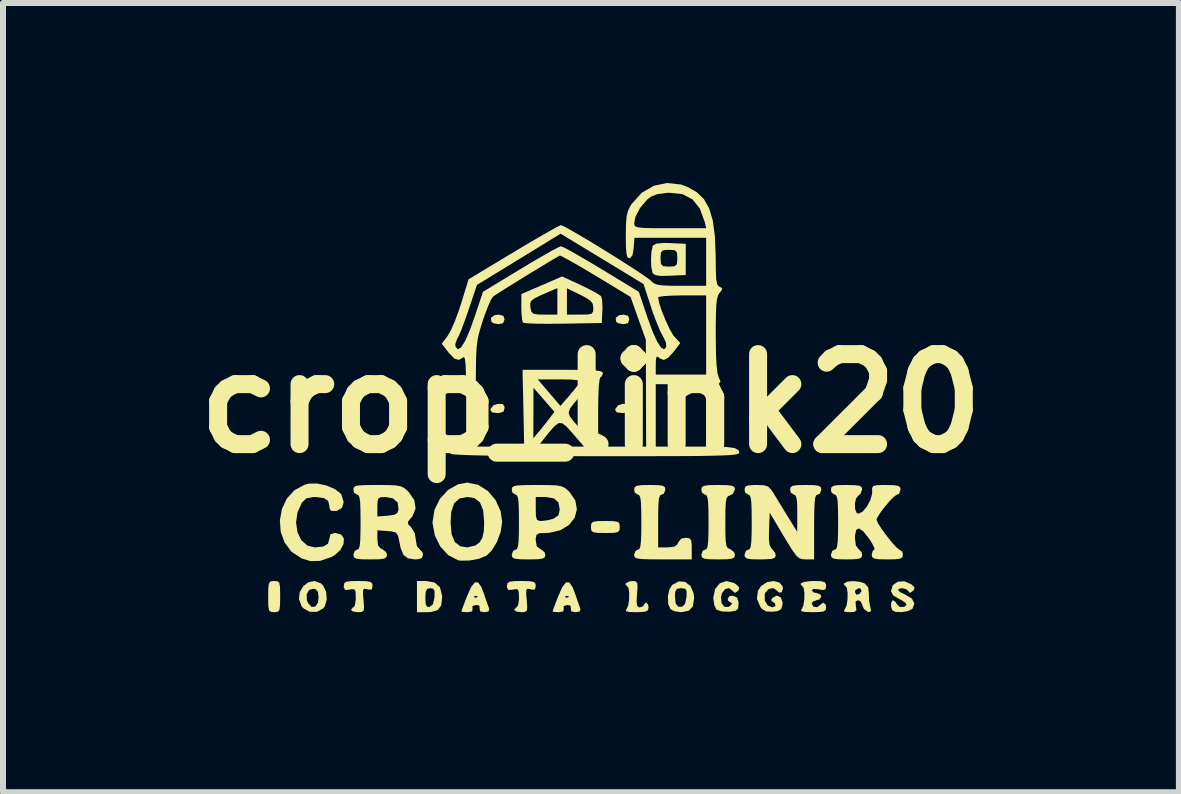
<source format=kicad_pcb>
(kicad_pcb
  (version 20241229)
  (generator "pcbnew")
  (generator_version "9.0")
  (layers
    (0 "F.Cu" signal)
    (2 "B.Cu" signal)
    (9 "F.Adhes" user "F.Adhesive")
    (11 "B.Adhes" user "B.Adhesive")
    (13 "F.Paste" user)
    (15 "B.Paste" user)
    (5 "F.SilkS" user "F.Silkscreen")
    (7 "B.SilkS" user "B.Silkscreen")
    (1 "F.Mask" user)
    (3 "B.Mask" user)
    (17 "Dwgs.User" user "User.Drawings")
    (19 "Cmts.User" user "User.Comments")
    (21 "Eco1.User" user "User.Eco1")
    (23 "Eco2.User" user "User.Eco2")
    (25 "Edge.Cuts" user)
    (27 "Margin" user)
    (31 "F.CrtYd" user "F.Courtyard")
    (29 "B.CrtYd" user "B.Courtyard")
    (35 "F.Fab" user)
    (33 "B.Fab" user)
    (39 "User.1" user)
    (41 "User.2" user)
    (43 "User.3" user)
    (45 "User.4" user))
  (footprint "crop_link20"
    (layer "F.Cu")
    (at 6.8 3.674)
    (property "Reference" "crop_link20" (at 0 0 0) (layer "F.SilkS") (effects (font (size 1.5 1.5) (thickness 0.3))))
    (attr board_only exclude_from_pos_files exclude_from_bom)
    (fp_poly (pts (xy -1.46 -1.46) (xy -1.44 -1.4) (xy -1.464 -1.337) (xy -1.538 -1.32) (xy -1.622 -1.335) (xy -1.66 -1.36) (xy -1.667 -1.426) (xy -1.609 -1.47) (xy -1.538 -1.48)) (stroke (width 0) (type solid)) (fill yes) (layer "F.SilkS"))
    (fp_poly (pts (xy 0.62 -1.46) (xy 0.64 -1.4) (xy 0.616 -1.337) (xy 0.542 -1.32) (xy 0.458 -1.335) (xy 0.42 -1.36) (xy 0.413 -1.426) (xy 0.471 -1.47) (xy 0.542 -1.48)) (stroke (width 0) (type solid)) (fill yes) (layer "F.SilkS"))
    (fp_poly (pts (xy -1.469 0.01) (xy -1.441 0.054) (xy -1.44 0.077) (xy -1.457 0.137) (xy -1.523 0.159) (xy -1.563 0.16) (xy -1.649 0.15) (xy -1.675 0.111) (xy -1.673 0.09) (xy -1.624 0.03) (xy -1.55 0.007)) (stroke (width 0) (type solid)) (fill yes) (layer "F.SilkS"))
    (fp_poly (pts (xy 0.611 0.01) (xy 0.639 0.054) (xy 0.64 0.077) (xy 0.623 0.137) (xy 0.557 0.159) (xy 0.517 0.16) (xy 0.431 0.15) (xy 0.405 0.111) (xy 0.407 0.09) (xy 0.456 0.03) (xy 0.53 0.007)) (stroke (width 0) (type solid)) (fill yes) (layer "F.SilkS"))
    (fp_poly (pts (xy -5.226 2.965) (xy -5.196 2.99) (xy -5.183 3.055) (xy -5.18 3.178) (xy -5.18 3.22) (xy -5.182 3.36) (xy -5.192 3.438) (xy -5.217 3.472) (xy -5.264 3.48) (xy -5.28 3.48) (xy -5.334 3.475) (xy -5.364 3.45) (xy -5.377 3.385) (xy -5.38 3.262) (xy -5.38 3.22) (xy -5.378 3.08) (xy -5.368 3.002) (xy -5.343 2.968) (xy -5.296 2.96) (xy -5.28 2.96)) (stroke (width 0) (type solid)) (fill yes) (layer "F.SilkS"))
    (fp_poly (pts (xy 0.373 1.962) (xy 0.445 1.974) (xy 0.474 2.003) (xy 0.48 2.056) (xy 0.48 2.06) (xy 0.475 2.115) (xy 0.447 2.145) (xy 0.378 2.158) (xy 0.248 2.16) (xy 0.24 2.16) (xy 0.107 2.158) (xy 0.035 2.146) (xy 0.006 2.117) (xy 0.000005 2.064) (xy 0 2.06) (xy 0.005 2.005) (xy 0.033 1.975) (xy 0.102 1.962) (xy 0.232 1.96) (xy 0.24 1.96)) (stroke (width 0) (type solid)) (fill yes) (layer "F.SilkS"))
    (fp_poly (pts (xy -2.605 2.986) (xy -2.516 3.067) (xy -2.481 3.206) (xy -2.48 3.235) (xy -2.497 3.37) (xy -2.557 3.447) (xy -2.674 3.478) (xy -2.738 3.48) (xy -2.9 3.48) (xy -2.9 3.243) (xy -2.76 3.243) (xy -2.754 3.347) (xy -2.73 3.391) (xy -2.69 3.393) (xy -2.635 3.35) (xy -2.609 3.242) (xy -2.608 3.23) (xy -2.606 3.131) (xy -2.629 3.088) (xy -2.678 3.08) (xy -2.731 3.092) (xy -2.755 3.144) (xy -2.76 3.243) (xy -2.9 3.243) (xy -2.9 3.22) (xy -2.9 2.96) (xy -2.753 2.96)) (stroke (width 0) (type solid)) (fill yes) (layer "F.SilkS"))
    (fp_poly (pts (xy -4.505 2.998) (xy -4.466 3.033) (xy -4.413 3.14) (xy -4.404 3.27) (xy -4.438 3.385) (xy -4.463 3.417) (xy -4.57 3.475) (xy -4.693 3.472) (xy -4.799 3.411) (xy -4.823 3.38) (xy -4.867 3.261) (xy -4.858 3.182) (xy -4.738 3.182) (xy -4.735 3.281) (xy -4.715 3.329) (xy -4.655 3.393) (xy -4.595 3.387) (xy -4.551 3.321) (xy -4.54 3.239) (xy -4.55 3.141) (xy -4.59 3.097) (xy -4.625 3.088) (xy -4.698 3.109) (xy -4.738 3.182) (xy -4.858 3.182) (xy -4.853 3.145) (xy -4.796 3.048) (xy -4.71 2.981) (xy -4.608 2.96)) (stroke (width 0) (type solid)) (fill yes) (layer "F.SilkS"))
    (fp_poly (pts (xy 1.572 2.976) (xy 1.66 3.045) (xy 1.712 3.166) (xy 1.72 3.245) (xy 1.699 3.381) (xy 1.631 3.456) (xy 1.507 3.48) (xy 1.5 3.48) (xy 1.396 3.465) (xy 1.328 3.432) (xy 1.288 3.345) (xy 1.282 3.223) (xy 1.283 3.213) (xy 1.4 3.213) (xy 1.412 3.333) (xy 1.452 3.388) (xy 1.518 3.391) (xy 1.568 3.342) (xy 1.592 3.23) (xy 1.595 3.132) (xy 1.572 3.089) (xy 1.509 3.08) (xy 1.502 3.08) (xy 1.432 3.091) (xy 1.404 3.139) (xy 1.4 3.213) (xy 1.283 3.213) (xy 1.306 3.102) (xy 1.353 3.026) (xy 1.465 2.966)) (stroke (width 0) (type solid)) (fill yes) (layer "F.SilkS"))
    (fp_poly (pts (xy 0.747 2.966) (xy 0.772 2.996) (xy 0.776 3.07) (xy 0.768 3.18) (xy 0.761 3.308) (xy 0.771 3.375) (xy 0.8 3.399) (xy 0.815 3.4) (xy 0.871 3.38) (xy 0.88 3.36) (xy 0.91 3.321) (xy 0.92 3.32) (xy 0.952 3.354) (xy 0.96 3.4) (xy 0.95 3.447) (xy 0.907 3.471) (xy 0.811 3.479) (xy 0.752 3.48) (xy 0.633 3.476) (xy 0.582 3.462) (xy 0.589 3.435) (xy 0.592 3.432) (xy 0.621 3.369) (xy 0.636 3.27) (xy 0.638 3.163) (xy 0.626 3.077) (xy 0.599 3.04) (xy 0.598 3.04) (xy 0.574 3.015) (xy 0.58 3) (xy 0.636 2.968) (xy 0.696 2.96)) (stroke (width 0) (type solid)) (fill yes) (layer "F.SilkS"))
    (fp_poly (pts (xy -3.746 2.963) (xy -3.674 2.975) (xy -3.645 3.004) (xy -3.64 3.043) (xy -3.655 3.102) (xy -3.713 3.102) (xy -3.726 3.098) (xy -3.775 3.088) (xy -3.798 3.109) (xy -3.799 3.18) (xy -3.791 3.276) (xy -3.782 3.395) (xy -3.79 3.456) (xy -3.825 3.477) (xy -3.886 3.48) (xy -3.968 3.468) (xy -4 3.44) (xy -3.97 3.401) (xy -3.96 3.4) (xy -3.935 3.365) (xy -3.921 3.276) (xy -3.92 3.239) (xy -3.924 3.138) (xy -3.945 3.097) (xy -3.997 3.098) (xy -4.02 3.104) (xy -4.094 3.111) (xy -4.119 3.071) (xy -4.12 3.044) (xy -4.112 2.997) (xy -4.077 2.972) (xy -3.995 2.962) (xy -3.88 2.96)) (stroke (width 0) (type solid)) (fill yes) (layer "F.SilkS"))
    (fp_poly (pts (xy -1.026 2.963) (xy -0.954 2.975) (xy -0.925 3.004) (xy -0.92 3.043) (xy -0.935 3.102) (xy -0.993 3.102) (xy -1.006 3.098) (xy -1.055 3.088) (xy -1.078 3.109) (xy -1.079 3.18) (xy -1.071 3.276) (xy -1.062 3.395) (xy -1.07 3.456) (xy -1.105 3.477) (xy -1.166 3.48) (xy -1.248 3.468) (xy -1.28 3.44) (xy -1.25 3.401) (xy -1.24 3.4) (xy -1.215 3.365) (xy -1.201 3.276) (xy -1.2 3.239) (xy -1.204 3.138) (xy -1.225 3.097) (xy -1.277 3.098) (xy -1.3 3.104) (xy -1.374 3.111) (xy -1.399 3.071) (xy -1.4 3.044) (xy -1.392 2.997) (xy -1.357 2.972) (xy -1.275 2.962) (xy -1.16 2.96)) (stroke (width 0) (type solid)) (fill yes) (layer "F.SilkS"))
    (fp_poly (pts (xy 3.139 2.985) (xy 3.194 3.048) (xy 3.2 3.084) (xy 3.178 3.15) (xy 3.13 3.152) (xy 3.1 3.12) (xy 3.038 3.078) (xy 2.962 3.094) (xy 2.905 3.157) (xy 2.896 3.181) (xy 2.898 3.288) (xy 2.949 3.37) (xy 3.025 3.4) (xy 3.075 3.377) (xy 3.067 3.332) (xy 3.03 3.308) (xy 3.001 3.28) (xy 3.027 3.24) (xy 3.099 3.203) (xy 3.162 3.232) (xy 3.193 3.31) (xy 3.193 3.35) (xy 3.173 3.425) (xy 3.119 3.46) (xy 3.034 3.472) (xy 2.92 3.468) (xy 2.847 3.423) (xy 2.824 3.393) (xy 2.766 3.255) (xy 2.783 3.122) (xy 2.84 3.04) (xy 2.938 2.978) (xy 3.046 2.961)) (stroke (width 0) (type solid)) (fill yes) (layer "F.SilkS"))
    (fp_poly (pts (xy -1.827 3.06) (xy -1.785 3.169) (xy -1.742 3.295) (xy -1.707 3.394) (xy -1.694 3.43) (xy -1.709 3.469) (xy -1.775 3.48) (xy -1.848 3.467) (xy -1.855 3.422) (xy -1.854 3.42) (xy -1.861 3.371) (xy -1.914 3.36) (xy -1.975 3.378) (xy -1.974 3.42) (xy -1.979 3.466) (xy -2.049 3.48) (xy -2.056 3.48) (xy -2.133 3.476) (xy -2.16 3.469) (xy -2.147 3.428) (xy -2.112 3.335) (xy -2.068 3.219) (xy -2.065 3.213) (xy -1.947 3.213) (xy -1.941 3.237) (xy -1.92 3.24) (xy -1.887 3.225) (xy -1.893 3.213) (xy -1.941 3.209) (xy -1.947 3.213) (xy -2.065 3.213) (xy -1.998 3.062) (xy -1.937 2.984) (xy -1.881 2.984)) (stroke (width 0) (type solid)) (fill yes) (layer "F.SilkS"))
    (fp_poly (pts (xy -0.307 3.06) (xy -0.265 3.169) (xy -0.222 3.295) (xy -0.187 3.394) (xy -0.174 3.43) (xy -0.189 3.469) (xy -0.255 3.48) (xy -0.328 3.467) (xy -0.335 3.422) (xy -0.334 3.42) (xy -0.341 3.371) (xy -0.394 3.36) (xy -0.455 3.378) (xy -0.454 3.42) (xy -0.459 3.466) (xy -0.529 3.48) (xy -0.536 3.48) (xy -0.613 3.476) (xy -0.64 3.469) (xy -0.627 3.428) (xy -0.592 3.335) (xy -0.548 3.219) (xy -0.545 3.213) (xy -0.427 3.213) (xy -0.421 3.237) (xy -0.4 3.24) (xy -0.367 3.225) (xy -0.373 3.213) (xy -0.421 3.209) (xy -0.427 3.213) (xy -0.545 3.213) (xy -0.478 3.062) (xy -0.417 2.984) (xy -0.361 2.984)) (stroke (width 0) (type solid)) (fill yes) (layer "F.SilkS"))
    (fp_poly (pts (xy 1.324 -2.672) (xy 1.58 -2.66) (xy 1.58 -2.4) (xy 1.58 -2.14) (xy 1.315 -2.128) (xy 1.166 -2.125) (xy 1.079 -2.136) (xy 1.036 -2.162) (xy 1.025 -2.182) (xy 1.006 -2.276) (xy 1.001 -2.404) (xy 1.002 -2.42) (xy 1.16 -2.42) (xy 1.166 -2.326) (xy 1.201 -2.288) (xy 1.289 -2.28) (xy 1.3 -2.28) (xy 1.394 -2.286) (xy 1.432 -2.321) (xy 1.44 -2.409) (xy 1.44 -2.42) (xy 1.434 -2.514) (xy 1.399 -2.552) (xy 1.311 -2.56) (xy 1.3 -2.56) (xy 1.206 -2.554) (xy 1.168 -2.519) (xy 1.16 -2.431) (xy 1.16 -2.42) (xy 1.002 -2.42) (xy 1.009 -2.531) (xy 1.029 -2.621) (xy 1.034 -2.632) (xy 1.09 -2.663) (xy 1.211 -2.675)) (stroke (width 0) (type solid)) (fill yes) (layer "F.SilkS"))
    (fp_poly (pts (xy 2.38 2.991) (xy 2.422 3.017) (xy 2.474 3.069) (xy 2.459 3.116) (xy 2.448 3.127) (xy 2.4 3.159) (xy 2.364 3.126) (xy 2.302 3.079) (xy 2.235 3.096) (xy 2.183 3.166) (xy 2.167 3.231) (xy 2.179 3.334) (xy 2.228 3.392) (xy 2.296 3.391) (xy 2.331 3.365) (xy 2.355 3.327) (xy 2.328 3.32) (xy 2.286 3.288) (xy 2.28 3.257) (xy 2.31 3.21) (xy 2.37 3.207) (xy 2.436 3.236) (xy 2.459 3.31) (xy 2.46 3.34) (xy 2.453 3.418) (xy 2.416 3.455) (xy 2.327 3.47) (xy 2.3 3.472) (xy 2.183 3.468) (xy 2.099 3.441) (xy 2.09 3.434) (xy 2.056 3.362) (xy 2.04 3.254) (xy 2.04 3.238) (xy 2.069 3.095) (xy 2.147 2.999) (xy 2.256 2.961)) (stroke (width 0) (type solid)) (fill yes) (layer "F.SilkS"))
    (fp_poly (pts (xy 5.34 3.016) (xy 5.342 3.017) (xy 5.394 3.068) (xy 5.38 3.112) (xy 5.365 3.127) (xy 5.316 3.159) (xy 5.292 3.13) (xy 5.25 3.094) (xy 5.183 3.08) (xy 5.129 3.092) (xy 5.12 3.111) (xy 5.153 3.145) (xy 5.234 3.185) (xy 5.24 3.188) (xy 5.349 3.253) (xy 5.391 3.335) (xy 5.36 3.421) (xy 5.29 3.459) (xy 5.185 3.479) (xy 5.083 3.476) (xy 5.027 3.453) (xy 5.003 3.396) (xy 5.004 3.325) (xy 5.028 3.282) (xy 5.036 3.28) (xy 5.079 3.312) (xy 5.094 3.34) (xy 5.147 3.392) (xy 5.22 3.393) (xy 5.259 3.361) (xy 5.242 3.323) (xy 5.17 3.276) (xy 5.142 3.263) (xy 5.036 3.199) (xy 5 3.13) (xy 5.032 3.029) (xy 5.114 2.972) (xy 5.224 2.965)) (stroke (width 0) (type solid)) (fill yes) (layer "F.SilkS"))
    (fp_poly (pts (xy 3.841 2.964) (xy 3.9 2.982) (xy 3.919 3.022) (xy 3.92 3.043) (xy 3.909 3.099) (xy 3.86 3.111) (xy 3.8 3.1) (xy 3.709 3.092) (xy 3.68 3.117) (xy 3.713 3.152) (xy 3.76 3.16) (xy 3.825 3.185) (xy 3.84 3.22) (xy 3.807 3.269) (xy 3.76 3.28) (xy 3.695 3.305) (xy 3.68 3.34) (xy 3.709 3.389) (xy 3.77 3.397) (xy 3.82 3.36) (xy 3.871 3.321) (xy 3.911 3.35) (xy 3.92 3.4) (xy 3.911 3.446) (xy 3.871 3.47) (xy 3.781 3.479) (xy 3.692 3.48) (xy 3.565 3.476) (xy 3.506 3.464) (xy 3.506 3.439) (xy 3.512 3.432) (xy 3.541 3.369) (xy 3.556 3.27) (xy 3.558 3.163) (xy 3.546 3.077) (xy 3.519 3.04) (xy 3.518 3.04) (xy 3.494 3.015) (xy 3.5 3) (xy 3.551 2.977) (xy 3.654 2.962) (xy 3.722 2.96)) (stroke (width 0) (type solid)) (fill yes) (layer "F.SilkS"))
    (fp_poly (pts (xy 4.492 2.976) (xy 4.562 3.001) (xy 4.621 3.066) (xy 4.632 3.171) (xy 4.636 3.295) (xy 4.656 3.394) (xy 4.67 3.461) (xy 4.637 3.477) (xy 4.614 3.473) (xy 4.55 3.427) (xy 4.527 3.37) (xy 4.494 3.299) (xy 4.453 3.28) (xy 4.411 3.301) (xy 4.415 3.375) (xy 4.416 3.38) (xy 4.425 3.449) (xy 4.391 3.476) (xy 4.313 3.48) (xy 4.23 3.474) (xy 4.217 3.451) (xy 4.232 3.432) (xy 4.261 3.369) (xy 4.276 3.27) (xy 4.278 3.163) (xy 4.275 3.143) (xy 4.4 3.143) (xy 4.423 3.187) (xy 4.471 3.18) (xy 4.511 3.127) (xy 4.493 3.087) (xy 4.463 3.08) (xy 4.408 3.112) (xy 4.4 3.143) (xy 4.275 3.143) (xy 4.266 3.077) (xy 4.239 3.04) (xy 4.238 3.04) (xy 4.214 3.015) (xy 4.22 3) (xy 4.279 2.969) (xy 4.381 2.962)) (stroke (width 0) (type solid)) (fill yes) (layer "F.SilkS"))
    (fp_poly (pts (xy -1.88 1.357) (xy -1.719 1.459) (xy -1.59 1.611) (xy -1.506 1.796) (xy -1.48 1.974) (xy -1.504 2.139) (xy -1.567 2.31) (xy -1.656 2.455) (xy -1.739 2.536) (xy -1.865 2.589) (xy -2.024 2.619) (xy -2.174 2.621) (xy -2.218 2.613) (xy -2.379 2.529) (xy -2.511 2.386) (xy -2.602 2.202) (xy -2.64 1.996) (xy -2.64 1.98) (xy -2.34 1.98) (xy -2.323 2.179) (xy -2.27 2.31) (xy -2.176 2.382) (xy -2.06 2.4) (xy -1.925 2.368) (xy -1.856 2.316) (xy -1.81 2.24) (xy -1.786 2.129) (xy -1.78 1.98) (xy -1.797 1.781) (xy -1.85 1.65) (xy -1.944 1.578) (xy -2.06 1.56) (xy -2.192 1.585) (xy -2.28 1.665) (xy -2.328 1.806) (xy -2.34 1.98) (xy -2.64 1.98) (xy -2.64 1.974) (xy -2.607 1.771) (xy -2.516 1.589) (xy -2.382 1.443) (xy -2.218 1.349) (xy -2.06 1.32)) (stroke (width 0) (type solid)) (fill yes) (layer "F.SilkS"))
    (fp_poly (pts (xy -4.407 1.369) (xy -4.269 1.428) (xy -4.173 1.502) (xy -4.157 1.526) (xy -4.122 1.646) (xy -4.149 1.739) (xy -4.232 1.79) (xy -4.25 1.793) (xy -4.33 1.791) (xy -4.358 1.747) (xy -4.36 1.707) (xy -4.381 1.624) (xy -4.451 1.578) (xy -4.584 1.561) (xy -4.622 1.56) (xy -4.744 1.583) (xy -4.816 1.65) (xy -4.891 1.815) (xy -4.915 1.986) (xy -4.892 2.147) (xy -4.828 2.28) (xy -4.727 2.37) (xy -4.603 2.4) (xy -4.461 2.386) (xy -4.383 2.339) (xy -4.36 2.256) (xy -4.343 2.183) (xy -4.276 2.16) (xy -4.259 2.16) (xy -4.162 2.186) (xy -4.118 2.253) (xy -4.124 2.343) (xy -4.175 2.441) (xy -4.27 2.528) (xy -4.331 2.562) (xy -4.515 2.625) (xy -4.676 2.629) (xy -4.822 2.584) (xy -4.991 2.473) (xy -5.106 2.319) (xy -5.171 2.139) (xy -5.185 1.947) (xy -5.15 1.757) (xy -5.069 1.586) (xy -4.942 1.447) (xy -4.771 1.355) (xy -4.699 1.337) (xy -4.561 1.335)) (stroke (width 0) (type solid)) (fill yes) (layer "F.SilkS"))
    (fp_poly (pts (xy 1.121 1.362) (xy 1.199 1.374) (xy 1.233 1.399) (xy 1.24 1.44) (xy 1.215 1.505) (xy 1.18 1.52) (xy 1.153 1.533) (xy 1.135 1.579) (xy 1.125 1.671) (xy 1.121 1.823) (xy 1.12 1.96) (xy 1.12 2.4) (xy 1.275 2.4) (xy 1.384 2.39) (xy 1.438 2.354) (xy 1.452 2.32) (xy 1.504 2.254) (xy 1.576 2.24) (xy 1.64 2.247) (xy 1.671 2.282) (xy 1.68 2.367) (xy 1.68 2.42) (xy 1.68 2.6) (xy 1.2 2.6) (xy 0.997 2.599) (xy 0.861 2.595) (xy 0.779 2.586) (xy 0.737 2.57) (xy 0.722 2.544) (xy 0.72 2.52) (xy 0.745 2.455) (xy 0.78 2.44) (xy 0.806 2.428) (xy 0.824 2.383) (xy 0.834 2.292) (xy 0.839 2.144) (xy 0.84 1.98) (xy 0.838 1.778) (xy 0.833 1.644) (xy 0.821 1.564) (xy 0.801 1.527) (xy 0.78 1.52) (xy 0.731 1.487) (xy 0.72 1.44) (xy 0.728 1.397) (xy 0.764 1.373) (xy 0.846 1.362) (xy 0.98 1.36)) (stroke (width 0) (type solid)) (fill yes) (layer "F.SilkS"))
    (fp_poly (pts (xy 2.268 1.362) (xy 2.352 1.373) (xy 2.391 1.395) (xy 2.4 1.434) (xy 2.4 1.435) (xy 2.366 1.506) (xy 2.32 1.532) (xy 2.284 1.547) (xy 2.261 1.581) (xy 2.248 1.647) (xy 2.242 1.762) (xy 2.24 1.939) (xy 2.24 1.98) (xy 2.241 2.17) (xy 2.246 2.295) (xy 2.258 2.37) (xy 2.279 2.409) (xy 2.312 2.426) (xy 2.32 2.428) (xy 2.385 2.477) (xy 2.4 2.525) (xy 2.391 2.564) (xy 2.353 2.587) (xy 2.27 2.598) (xy 2.123 2.6) (xy 2.12 2.6) (xy 1.973 2.598) (xy 1.889 2.588) (xy 1.85 2.566) (xy 1.84 2.526) (xy 1.84 2.52) (xy 1.865 2.455) (xy 1.9 2.44) (xy 1.926 2.428) (xy 1.944 2.383) (xy 1.954 2.292) (xy 1.959 2.144) (xy 1.96 1.98) (xy 1.958 1.778) (xy 1.953 1.644) (xy 1.941 1.564) (xy 1.921 1.527) (xy 1.9 1.52) (xy 1.851 1.487) (xy 1.84 1.44) (xy 1.848 1.398) (xy 1.882 1.374) (xy 1.959 1.363) (xy 2.098 1.36) (xy 2.12 1.36)) (stroke (width 0) (type solid)) (fill yes) (layer "F.SilkS"))
    (fp_poly (pts (xy -0.171 -1.973) (xy -0.026 -1.902) (xy 0.091 -1.839) (xy 0.161 -1.794) (xy 0.17 -1.785) (xy 0.186 -1.721) (xy 0.192 -1.609) (xy 0.19 -1.54) (xy 0.18 -1.34) (xy -0.462 -1.329) (xy -0.681 -1.327) (xy -0.872 -1.328) (xy -1.02 -1.333) (xy -1.111 -1.34) (xy -1.132 -1.346) (xy -1.148 -1.398) (xy -1.158 -1.504) (xy -1.16 -1.598) (xy -1.16 -1.665) (xy -1.013 -1.665) (xy -1.01 -1.608) (xy -1.008 -1.597) (xy -0.993 -1.529) (xy -0.96 -1.495) (xy -0.887 -1.482) (xy -0.775 -1.48) (xy -0.56 -1.48) (xy -0.56 -1.7) (xy -0.4 -1.7) (xy -0.4 -1.48) (xy -0.18 -1.48) (xy -0.054 -1.482) (xy 0.011 -1.496) (xy 0.036 -1.53) (xy 0.04 -1.592) (xy 0.03 -1.66) (xy -0.012 -1.715) (xy -0.103 -1.772) (xy -0.18 -1.811) (xy -0.4 -1.919) (xy -0.4 -1.7) (xy -0.56 -1.7) (xy -0.56 -1.701) (xy -0.56 -1.921) (xy -0.69 -1.866) (xy -0.848 -1.797) (xy -0.946 -1.748) (xy -0.997 -1.708) (xy -1.013 -1.665) (xy -1.16 -1.665) (xy -1.16 -1.823) (xy -0.821 -1.969) (xy -0.482 -2.116)) (stroke (width 0) (type solid)) (fill yes) (layer "F.SilkS"))
    (fp_poly (pts (xy -0.708 1.361) (xy -0.58 1.366) (xy -0.497 1.38) (xy -0.438 1.406) (xy -0.386 1.448) (xy -0.357 1.477) (xy -0.26 1.618) (xy -0.234 1.765) (xy -0.271 1.905) (xy -0.365 2.025) (xy -0.508 2.113) (xy -0.693 2.157) (xy -0.756 2.16) (xy -0.86 2.164) (xy -0.907 2.189) (xy -0.92 2.25) (xy -0.92 2.284) (xy -0.903 2.383) (xy -0.843 2.428) (xy -0.84 2.428) (xy -0.775 2.477) (xy -0.76 2.525) (xy -0.769 2.564) (xy -0.807 2.587) (xy -0.89 2.598) (xy -1.037 2.6) (xy -1.04 2.6) (xy -1.187 2.598) (xy -1.271 2.588) (xy -1.31 2.566) (xy -1.32 2.526) (xy -1.32 2.52) (xy -1.295 2.455) (xy -1.26 2.44) (xy -1.234 2.428) (xy -1.216 2.383) (xy -1.206 2.292) (xy -1.201 2.144) (xy -1.2 1.98) (xy -1.202 1.778) (xy -1.202 1.76) (xy -0.92 1.76) (xy -0.917 1.879) (xy -0.9 1.938) (xy -0.86 1.958) (xy -0.823 1.96) (xy -0.708 1.945) (xy -0.623 1.921) (xy -0.542 1.865) (xy -0.52 1.769) (xy -0.543 1.65) (xy -0.617 1.583) (xy -0.752 1.56) (xy -0.768 1.56) (xy -0.92 1.56) (xy -0.92 1.76) (xy -1.202 1.76) (xy -1.207 1.644) (xy -1.219 1.564) (xy -1.239 1.527) (xy -1.26 1.52) (xy -1.309 1.487) (xy -1.32 1.44) (xy -1.315 1.404) (xy -1.29 1.381) (xy -1.231 1.368) (xy -1.124 1.362) (xy -0.954 1.36) (xy -0.897 1.36)) (stroke (width 0) (type solid)) (fill yes) (layer "F.SilkS"))
    (fp_poly (pts (xy 3.721 1.362) (xy 3.799 1.374) (xy 3.833 1.399) (xy 3.84 1.44) (xy 3.815 1.505) (xy 3.78 1.52) (xy 3.755 1.531) (xy 3.738 1.573) (xy 3.728 1.657) (xy 3.722 1.795) (xy 3.72 1.999) (xy 3.72 2.06) (xy 3.72 2.6) (xy 3.582 2.6) (xy 3.52 2.596) (xy 3.469 2.578) (xy 3.418 2.532) (xy 3.357 2.447) (xy 3.272 2.311) (xy 3.212 2.211) (xy 2.98 1.822) (xy 2.968 2.1) (xy 2.966 2.26) (xy 2.978 2.359) (xy 3.006 2.414) (xy 3.018 2.423) (xy 3.071 2.494) (xy 3.08 2.534) (xy 3.066 2.571) (xy 3.015 2.591) (xy 2.909 2.599) (xy 2.82 2.6) (xy 2.679 2.598) (xy 2.601 2.586) (xy 2.567 2.561) (xy 2.56 2.52) (xy 2.585 2.455) (xy 2.62 2.44) (xy 2.646 2.428) (xy 2.664 2.383) (xy 2.674 2.292) (xy 2.679 2.144) (xy 2.68 1.98) (xy 2.678 1.778) (xy 2.673 1.644) (xy 2.661 1.564) (xy 2.641 1.527) (xy 2.62 1.52) (xy 2.571 1.487) (xy 2.56 1.44) (xy 2.57 1.392) (xy 2.615 1.368) (xy 2.713 1.36) (xy 2.761 1.36) (xy 2.88 1.364) (xy 2.954 1.387) (xy 3.012 1.447) (xy 3.071 1.542) (xy 3.157 1.684) (xy 3.256 1.846) (xy 3.309 1.932) (xy 3.438 2.14) (xy 3.439 1.83) (xy 3.437 1.669) (xy 3.426 1.573) (xy 3.405 1.529) (xy 3.38 1.52) (xy 3.331 1.487) (xy 3.32 1.44) (xy 3.328 1.397) (xy 3.364 1.373) (xy 3.446 1.362) (xy 3.58 1.36)) (stroke (width 0) (type solid)) (fill yes) (layer "F.SilkS"))
    (fp_poly (pts (xy -3.373 1.361) (xy -3.25 1.367) (xy -3.169 1.382) (xy -3.111 1.411) (xy -3.057 1.457) (xy -3.037 1.477) (xy -2.944 1.613) (xy -2.923 1.752) (xy -2.976 1.882) (xy -2.998 1.908) (xy -3.05 1.971) (xy -3.047 2.013) (xy -2.998 2.062) (xy -2.935 2.166) (xy -2.92 2.267) (xy -2.902 2.376) (xy -2.86 2.426) (xy -2.809 2.48) (xy -2.8 2.524) (xy -2.818 2.578) (xy -2.886 2.598) (xy -2.935 2.6) (xy -3.051 2.583) (xy -3.126 2.524) (xy -3.173 2.407) (xy -3.192 2.314) (xy -3.215 2.206) (xy -3.25 2.154) (xy -3.324 2.133) (xy -3.391 2.128) (xy -3.56 2.115) (xy -3.56 2.261) (xy -3.549 2.367) (xy -3.507 2.418) (xy -3.48 2.428) (xy -3.415 2.477) (xy -3.4 2.525) (xy -3.409 2.564) (xy -3.447 2.587) (xy -3.53 2.598) (xy -3.677 2.6) (xy -3.68 2.6) (xy -3.827 2.598) (xy -3.911 2.588) (xy -3.95 2.566) (xy -3.96 2.526) (xy -3.96 2.52) (xy -3.935 2.455) (xy -3.9 2.44) (xy -3.874 2.428) (xy -3.856 2.383) (xy -3.846 2.292) (xy -3.841 2.144) (xy -3.84 1.98) (xy -3.842 1.778) (xy -3.844 1.722) (xy -3.56 1.722) (xy -3.56 1.885) (xy -3.39 1.872) (xy -3.279 1.857) (xy -3.226 1.824) (xy -3.207 1.768) (xy -3.222 1.653) (xy -3.301 1.582) (xy -3.425 1.56) (xy -3.511 1.565) (xy -3.55 1.595) (xy -3.56 1.674) (xy -3.56 1.722) (xy -3.844 1.722) (xy -3.847 1.644) (xy -3.859 1.564) (xy -3.879 1.527) (xy -3.9 1.52) (xy -3.949 1.487) (xy -3.96 1.44) (xy -3.955 1.404) (xy -3.929 1.38) (xy -3.868 1.367) (xy -3.757 1.361) (xy -3.583 1.36) (xy -3.557 1.36)) (stroke (width 0) (type solid)) (fill yes) (layer "F.SilkS"))
    (fp_poly (pts (xy 5.054 1.363) (xy 5.126 1.376) (xy 5.156 1.404) (xy 5.16 1.44) (xy 5.136 1.505) (xy 5.103 1.52) (xy 5.056 1.55) (xy 4.982 1.624) (xy 4.898 1.723) (xy 4.822 1.824) (xy 4.771 1.906) (xy 4.76 1.939) (xy 4.783 1.995) (xy 4.843 2.089) (xy 4.923 2.199) (xy 5.009 2.308) (xy 5.086 2.394) (xy 5.138 2.438) (xy 5.146 2.44) (xy 5.19 2.473) (xy 5.2 2.52) (xy 5.192 2.563) (xy 5.156 2.587) (xy 5.074 2.598) (xy 4.94 2.6) (xy 4.799 2.598) (xy 4.721 2.586) (xy 4.687 2.561) (xy 4.68 2.52) (xy 4.698 2.455) (xy 4.722 2.44) (xy 4.725 2.411) (xy 4.688 2.336) (xy 4.64 2.26) (xy 4.541 2.134) (xy 4.467 2.084) (xy 4.421 2.108) (xy 4.401 2.208) (xy 4.4 2.241) (xy 4.416 2.37) (xy 4.46 2.426) (xy 4.511 2.48) (xy 4.52 2.524) (xy 4.511 2.565) (xy 4.471 2.588) (xy 4.384 2.598) (xy 4.26 2.6) (xy 4.119 2.598) (xy 4.041 2.586) (xy 4.007 2.561) (xy 4 2.52) (xy 4.025 2.455) (xy 4.06 2.44) (xy 4.086 2.428) (xy 4.104 2.383) (xy 4.114 2.292) (xy 4.119 2.144) (xy 4.12 1.98) (xy 4.118 1.778) (xy 4.113 1.644) (xy 4.101 1.564) (xy 4.081 1.527) (xy 4.06 1.52) (xy 4.011 1.487) (xy 4 1.44) (xy 4.008 1.397) (xy 4.044 1.373) (xy 4.126 1.362) (xy 4.26 1.36) (xy 4.401 1.363) (xy 4.48 1.374) (xy 4.514 1.4) (xy 4.52 1.436) (xy 4.492 1.51) (xy 4.46 1.534) (xy 4.419 1.583) (xy 4.4 1.669) (xy 4.403 1.76) (xy 4.429 1.826) (xy 4.457 1.84) (xy 4.526 1.806) (xy 4.599 1.72) (xy 4.658 1.61) (xy 4.687 1.502) (xy 4.687 1.473) (xy 4.686 1.41) (xy 4.706 1.377) (xy 4.766 1.363) (xy 4.883 1.36) (xy 4.919 1.36)) (stroke (width 0) (type solid)) (fill yes) (layer "F.SilkS"))
    (fp_poly (pts (xy 1.499 -3.649) (xy 1.608 -3.609) (xy 1.764 -3.521) (xy 1.884 -3.404) (xy 1.971 -3.249) (xy 2.031 -3.047) (xy 2.066 -2.788) (xy 2.079 -2.462) (xy 2.08 -2.374) (xy 2.082 -2.185) (xy 2.089 -2.061) (xy 2.104 -1.988) (xy 2.129 -1.952) (xy 2.145 -1.943) (xy 2.189 -1.919) (xy 2.175 -1.881) (xy 2.145 -1.846) (xy 2.12 -1.806) (xy 2.102 -1.743) (xy 2.09 -1.644) (xy 2.083 -1.497) (xy 2.08 -1.29) (xy 2.08 -1.146) (xy 2.083 -0.858) (xy 2.093 -0.645) (xy 2.109 -0.504) (xy 2.13 -0.434) (xy 2.16 -0.366) (xy 2.138 -0.335) (xy 2.13 -0.331) (xy 2.108 -0.298) (xy 2.092 -0.211) (xy 2.083 -0.062) (xy 2.08 0.157) (xy 2.08 0.201) (xy 2.08 0.716) (xy 2.27 0.728) (xy 2.395 0.744) (xy 2.457 0.777) (xy 2.473 0.81) (xy 2.472 0.825) (xy 2.46 0.837) (xy 2.43 0.847) (xy 2.377 0.856) (xy 2.295 0.863) (xy 2.178 0.868) (xy 2.021 0.872) (xy 1.816 0.876) (xy 1.559 0.878) (xy 1.243 0.879) (xy 0.863 0.88) (xy 0.412 0.88) (xy 0.085 0.88) (xy -0.471 0.879) (xy -0.958 0.877) (xy -1.374 0.874) (xy -1.718 0.87) (xy -1.988 0.864) (xy -2.183 0.857) (xy -2.301 0.849) (xy -2.34 0.84) (xy -2.347 0.775) (xy -2.287 0.732) (xy -2.198 0.72) (xy -2.08 0.72) (xy -1.92 0.72) (xy -1.516 0.72) (xy -1.113 0.72) (xy -0.887 0.72) (xy -0.501 0.72) (xy -0.115 0.72) (xy -0.305 0.5) (xy -0.402 0.391) (xy -0.474 0.332) (xy -0.537 0.327) (xy -0.607 0.378) (xy -0.702 0.487) (xy -0.768 0.57) (xy -0.887 0.72) (xy -1.113 0.72) (xy -1.116 0.58) (xy -0.96 0.58) (xy -0.859 0.46) (xy -0.77 0.351) (xy -0.689 0.247) (xy -0.684 0.24) (xy -0.619 0.154) (xy -0.372 0.154) (xy -0.352 0.216) (xy -0.292 0.294) (xy -0.237 0.358) (xy -0.149 0.461) (xy -0.083 0.533) (xy -0.054 0.56) (xy -0.048 0.523) (xy -0.044 0.422) (xy -0.041 0.274) (xy -0.04 0.14) (xy -0.04 -0.28) (xy -0.171 -0.13) (xy -0.285 0.000453) (xy -0.351 0.088) (xy -0.372 0.154) (xy -0.619 0.154) (xy -0.609 0.14) (xy -0.783 -0.06) (xy -0.958 -0.26) (xy -0.959 0.16) (xy -0.96 0.58) (xy -1.116 0.58) (xy -1.126 0.08) (xy -1.137 -0.4) (xy -0.886 -0.4) (xy -0.698 -0.179) (xy -0.509 0.042) (xy -0.364 -0.125) (xy -0.278 -0.229) (xy -0.211 -0.313) (xy -0.188 -0.346) (xy -0.187 -0.372) (xy -0.228 -0.388) (xy -0.324 -0.397) (xy -0.487 -0.4) (xy -0.521 -0.4) (xy -0.886 -0.4) (xy -1.137 -0.4) (xy -1.14 -0.56) (xy -0.47 -0.56) (xy -0.22 -0.559) (xy -0.04 -0.556) (xy 0.082 -0.549) (xy 0.155 -0.538) (xy 0.191 -0.521) (xy 0.2 -0.5) (xy 0.178 -0.447) (xy 0.16 -0.44) (xy 0.144 -0.401) (xy 0.131 -0.29) (xy 0.123 -0.113) (xy 0.12 0.123) (xy 0.12 0.14) (xy 0.12 0.72) (xy 0.52 0.72) (xy 0.92 0.72) (xy 0.918 0.2) (xy 1.08 0.2) (xy 1.08 0.72) (xy 1.5 0.72) (xy 1.92 0.72) (xy 1.92 0.2) (xy 1.92 -0.32) (xy 1.5 -0.32) (xy 1.08 -0.32) (xy 1.08 0.2) (xy 0.918 0.2) (xy 0.917 -0.17) (xy 0.916 -0.648) (xy 1.08 -0.648) (xy 1.08 -0.48) (xy 1.5 -0.48) (xy 1.92 -0.48) (xy 1.92 -1.14) (xy 1.92 -1.8) (xy 1.52 -1.8) (xy 1.352 -1.797) (xy 1.219 -1.789) (xy 1.137 -1.777) (xy 1.12 -1.768) (xy 1.137 -1.675) (xy 1.182 -1.539) (xy 1.243 -1.387) (xy 1.309 -1.245) (xy 1.369 -1.139) (xy 1.39 -1.113) (xy 1.489 -1.006) (xy 1.38 -0.863) (xy 1.287 -0.76) (xy 1.214 -0.724) (xy 1.146 -0.751) (xy 1.128 -0.768) (xy 1.097 -0.782) (xy 1.083 -0.735) (xy 1.08 -0.648) (xy 0.916 -0.648) (xy 0.915 -1.06) (xy 0.787 -1.417) (xy 0.66 -1.775) (xy 0.082 -2.125) (xy -0.11 -2.24) (xy -0.277 -2.337) (xy -0.409 -2.411) (xy -0.493 -2.455) (xy -0.518 -2.464) (xy -0.583 -2.428) (xy -0.698 -2.36) (xy -0.846 -2.27) (xy -1.015 -2.168) (xy -1.188 -2.061) (xy -1.351 -1.96) (xy -1.49 -1.873) (xy -1.59 -1.809) (xy -1.635 -1.777) (xy -1.672 -1.718) (xy -1.722 -1.602) (xy -1.779 -1.451) (xy -1.805 -1.373) (xy -1.842 -1.254) (xy -1.871 -1.152) (xy -1.891 -1.051) (xy -1.905 -0.939) (xy -1.913 -0.801) (xy -1.917 -0.622) (xy -1.919 -0.39) (xy -1.92 -0.15) (xy -1.92 0.72) (xy -2.08 0.72) (xy -2.08 -0.048) (xy -2.081 -0.322) (xy -2.085 -0.524) (xy -2.091 -0.661) (xy -2.101 -0.741) (xy -2.115 -0.772) (xy -2.128 -0.768) (xy -2.2 -0.725) (xy -2.275 -0.746) (xy -2.365 -0.838) (xy -2.381 -0.858) (xy -2.479 -0.986) (xy -2.262 -0.986) (xy -2.256 -0.943) (xy -2.217 -0.902) (xy -2.164 -0.935) (xy -2.097 -1.041) (xy -2.02 -1.217) (xy -1.942 -1.435) (xy -1.8 -1.86) (xy -1.174 -2.24) (xy -0.972 -2.361) (xy -0.791 -2.466) (xy -0.645 -2.549) (xy -0.543 -2.602) (xy -0.5 -2.62) (xy -0.452 -2.6) (xy -0.347 -2.545) (xy -0.199 -2.46) (xy -0.017 -2.354) (xy 0.173 -2.24) (xy 0.798 -1.86) (xy 0.941 -1.435) (xy 1.026 -1.201) (xy 1.103 -1.031) (xy 1.168 -0.931) (xy 1.22 -0.901) (xy 1.255 -0.94) (xy 1.25 -1.015) (xy 1.206 -1.108) (xy 1.203 -1.112) (xy 1.158 -1.197) (xy 1.1 -1.335) (xy 1.036 -1.504) (xy 1.002 -1.604) (xy 0.877 -1.989) (xy 0.186 -2.409) (xy -0.505 -2.829) (xy -1.202 -2.402) (xy -1.9 -1.975) (xy -2.043 -1.55) (xy -2.105 -1.373) (xy -2.162 -1.221) (xy -2.209 -1.112) (xy -2.233 -1.068) (xy -2.262 -0.986) (xy -2.479 -0.986) (xy -2.487 -0.996) (xy -2.387 -1.128) (xy -2.333 -1.223) (xy -2.268 -1.371) (xy -2.202 -1.549) (xy -2.164 -1.664) (xy -2.04 -2.069) (xy -1.29 -2.52) (xy -1.069 -2.652) (xy -0.87 -2.769) (xy -0.704 -2.864) (xy -0.58 -2.933) (xy -0.511 -2.968) (xy -0.5 -2.971) (xy -0.45 -2.951) (xy -0.346 -2.894) (xy -0.2 -2.81) (xy -0.023 -2.705) (xy 0.171 -2.586) (xy 0.37 -2.463) (xy 0.562 -2.342) (xy 0.734 -2.231) (xy 0.874 -2.137) (xy 0.97 -2.069) (xy 1.006 -2.039) (xy 1.046 -2.003) (xy 1.102 -1.98) (xy 1.191 -1.967) (xy 1.33 -1.961) (xy 1.496 -1.96) (xy 1.92 -1.96) (xy 1.92 -2.36) (xy 1.92 -2.76) (xy 1.322 -2.76) (xy 0.725 -2.76) (xy 0.712 -2.59) (xy 0.693 -2.471) (xy 0.654 -2.422) (xy 0.64 -2.42) (xy 0.611 -2.433) (xy 0.594 -2.483) (xy 0.584 -2.582) (xy 0.581 -2.743) (xy 0.581 -2.8) (xy 0.584 -2.986) (xy 0.585 -3.002) (xy 0.72 -3.002) (xy 0.724 -2.971) (xy 0.742 -2.948) (xy 0.788 -2.934) (xy 0.872 -2.925) (xy 1.007 -2.921) (xy 1.204 -2.92) (xy 1.321 -2.92) (xy 1.922 -2.92) (xy 1.895 -3.03) (xy 1.814 -3.249) (xy 1.692 -3.401) (xy 1.524 -3.488) (xy 1.309 -3.511) (xy 1.271 -3.51) (xy 1.11 -3.489) (xy 1 -3.446) (xy 0.937 -3.397) (xy 0.819 -3.259) (xy 0.742 -3.111) (xy 0.72 -3.002) (xy 0.585 -3.002) (xy 0.594 -3.114) (xy 0.616 -3.206) (xy 0.653 -3.284) (xy 0.679 -3.325) (xy 0.845 -3.509) (xy 1.045 -3.627) (xy 1.267 -3.674)) (stroke (width 0) (type solid)) (fill yes) (layer "F.SilkS")))
  (gr_rect
    (start -3 -3)
    (end 16.6 10.154)
    (stroke (width 0.1) (type default))
    (fill no)
    (layer "Edge.Cuts")))
</source>
